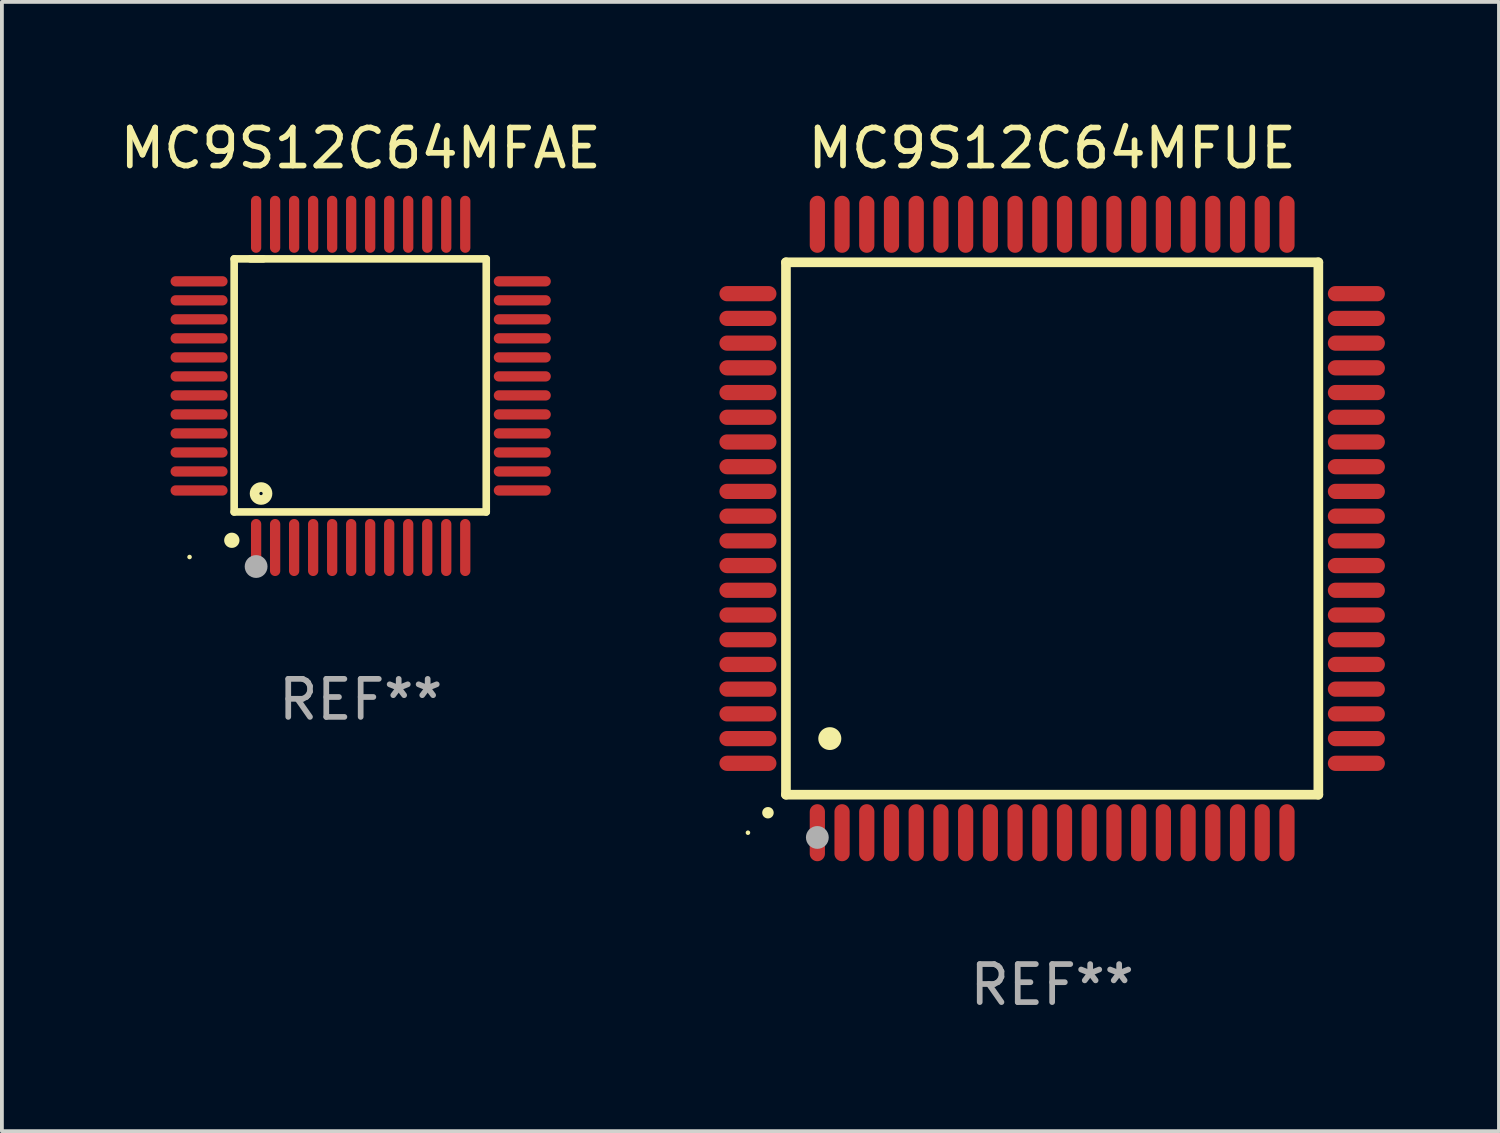
<source format=kicad_pcb>
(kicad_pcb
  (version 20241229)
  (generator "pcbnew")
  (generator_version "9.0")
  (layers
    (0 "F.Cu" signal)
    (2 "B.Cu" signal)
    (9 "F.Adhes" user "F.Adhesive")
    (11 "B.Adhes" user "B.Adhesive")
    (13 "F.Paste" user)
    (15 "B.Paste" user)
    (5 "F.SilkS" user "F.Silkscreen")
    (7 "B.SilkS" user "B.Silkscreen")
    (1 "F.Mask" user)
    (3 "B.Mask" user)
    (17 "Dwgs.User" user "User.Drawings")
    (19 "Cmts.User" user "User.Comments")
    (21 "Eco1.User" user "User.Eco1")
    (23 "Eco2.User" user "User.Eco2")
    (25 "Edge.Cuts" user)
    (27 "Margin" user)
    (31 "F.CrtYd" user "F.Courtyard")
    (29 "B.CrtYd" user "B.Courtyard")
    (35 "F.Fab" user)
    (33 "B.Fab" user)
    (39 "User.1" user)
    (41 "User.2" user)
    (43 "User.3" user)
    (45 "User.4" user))
  (footprint "MC9S12C64MFUE"
    (layer "F.Cu")
    (at 24.619 10.848)
    (property "Reference" "MC9S12C64MFUE" (at 0 -10 0) (layer "F.SilkS") (effects (font (size 1 1) (thickness 0.15))))
    (attr through_hole)
    (fp_line (start -7 -7) (end -7 7) (stroke (width 0.254) (type solid)) (layer "F.SilkS"))
    (fp_line (start -7 -7) (end 7 -7) (stroke (width 0.254) (type solid)) (layer "F.SilkS"))
    (fp_line (start -7 7) (end 7 7) (stroke (width 0.254) (type solid)) (layer "F.SilkS"))
    (fp_line (start 7 -7) (end 7 7) (stroke (width 0.254) (type solid)) (layer "F.SilkS"))
    (fp_arc (start -7.475006 7.475006) (mid -7.473736 7.475001) (end -7.472466 7.475006) (stroke (width 0.3) (type solid)) (layer "F.SilkS"))
    (fp_arc (start -5.850013 5.525019) (mid -5.847473 5.525008) (end -5.844933 5.525019) (stroke (width 0.6) (type solid)) (layer "F.SilkS"))
    (fp_circle (center -8 8) (end -7.97 8) (stroke (width 0.06) (type solid)) (fill no) (layer "F.SilkS"))
    (fp_circle (center -6.175 8.125) (end -6.025 8.125) (stroke (width 0.3) (type solid)) (fill no) (layer "F.Fab"))
    (fp_text user "REF**" (at 0 12 0) (layer "F.Fab") (effects (font (size 1 1) (thickness 0.15))))
    (pad "1" smd oval (at -6.175 8 180) (size 0.4 1.5) (layers "F.Cu" "F.Mask" "F.Paste"))
    (pad "2" smd oval (at -5.525 8 180) (size 0.4 1.5) (layers "F.Cu" "F.Mask" "F.Paste"))
    (pad "3" smd oval (at -4.875 8 180) (size 0.4 1.5) (layers "F.Cu" "F.Mask" "F.Paste"))
    (pad "4" smd oval (at -4.225 8 180) (size 0.4 1.5) (layers "F.Cu" "F.Mask" "F.Paste"))
    (pad "5" smd oval (at -3.575 8 180) (size 0.4 1.5) (layers "F.Cu" "F.Mask" "F.Paste"))
    (pad "6" smd oval (at -2.925 8 180) (size 0.4 1.5) (layers "F.Cu" "F.Mask" "F.Paste"))
    (pad "7" smd oval (at -2.275 8 180) (size 0.4 1.5) (layers "F.Cu" "F.Mask" "F.Paste"))
    (pad "8" smd oval (at -1.625 8 180) (size 0.4 1.5) (layers "F.Cu" "F.Mask" "F.Paste"))
    (pad "9" smd oval (at -0.975 8 180) (size 0.4 1.5) (layers "F.Cu" "F.Mask" "F.Paste"))
    (pad "10" smd oval (at -0.325 8 180) (size 0.4 1.5) (layers "F.Cu" "F.Mask" "F.Paste"))
    (pad "11" smd oval (at 0.325 8 180) (size 0.4 1.5) (layers "F.Cu" "F.Mask" "F.Paste"))
    (pad "12" smd oval (at 0.975 8 180) (size 0.4 1.5) (layers "F.Cu" "F.Mask" "F.Paste"))
    (pad "13" smd oval (at 1.625 8 180) (size 0.4 1.5) (layers "F.Cu" "F.Mask" "F.Paste"))
    (pad "14" smd oval (at 2.275 8 180) (size 0.4 1.5) (layers "F.Cu" "F.Mask" "F.Paste"))
    (pad "15" smd oval (at 2.925 8 180) (size 0.4 1.5) (layers "F.Cu" "F.Mask" "F.Paste"))
    (pad "16" smd oval (at 3.575 8 180) (size 0.4 1.5) (layers "F.Cu" "F.Mask" "F.Paste"))
    (pad "17" smd oval (at 4.225 8 180) (size 0.4 1.5) (layers "F.Cu" "F.Mask" "F.Paste"))
    (pad "18" smd oval (at 4.875 8 180) (size 0.4 1.5) (layers "F.Cu" "F.Mask" "F.Paste"))
    (pad "19" smd oval (at 5.525 8 180) (size 0.4 1.5) (layers "F.Cu" "F.Mask" "F.Paste"))
    (pad "20" smd oval (at 6.175 8) (size 0.4 1.5) (layers "F.Cu" "F.Mask" "F.Paste"))
    (pad "21" smd oval (at 8 6.175 270) (size 0.4 1.5) (layers "F.Cu" "F.Mask" "F.Paste"))
    (pad "22" smd oval (at 8 5.525 90) (size 0.4 1.5) (layers "F.Cu" "F.Mask" "F.Paste"))
    (pad "23" smd oval (at 8 4.875 90) (size 0.4 1.5) (layers "F.Cu" "F.Mask" "F.Paste"))
    (pad "24" smd oval (at 8 4.225 90) (size 0.4 1.5) (layers "F.Cu" "F.Mask" "F.Paste"))
    (pad "25" smd oval (at 8 3.575 90) (size 0.4 1.5) (layers "F.Cu" "F.Mask" "F.Paste"))
    (pad "26" smd oval (at 8 2.925 90) (size 0.4 1.5) (layers "F.Cu" "F.Mask" "F.Paste"))
    (pad "27" smd oval (at 8 2.275 90) (size 0.4 1.5) (layers "F.Cu" "F.Mask" "F.Paste"))
    (pad "28" smd oval (at 8 1.625 90) (size 0.4 1.5) (layers "F.Cu" "F.Mask" "F.Paste"))
    (pad "29" smd oval (at 8 0.975 90) (size 0.4 1.5) (layers "F.Cu" "F.Mask" "F.Paste"))
    (pad "30" smd oval (at 8 0.325 90) (size 0.4 1.5) (layers "F.Cu" "F.Mask" "F.Paste"))
    (pad "31" smd oval (at 8 -0.325 90) (size 0.4 1.5) (layers "F.Cu" "F.Mask" "F.Paste"))
    (pad "32" smd oval (at 8 -0.975 90) (size 0.4 1.5) (layers "F.Cu" "F.Mask" "F.Paste"))
    (pad "33" smd oval (at 8 -1.625 90) (size 0.4 1.5) (layers "F.Cu" "F.Mask" "F.Paste"))
    (pad "34" smd oval (at 8 -2.275 90) (size 0.4 1.5) (layers "F.Cu" "F.Mask" "F.Paste"))
    (pad "35" smd oval (at 8 -2.925 90) (size 0.4 1.5) (layers "F.Cu" "F.Mask" "F.Paste"))
    (pad "36" smd oval (at 8 -3.575 90) (size 0.4 1.5) (layers "F.Cu" "F.Mask" "F.Paste"))
    (pad "37" smd oval (at 8 -4.225 90) (size 0.4 1.5) (layers "F.Cu" "F.Mask" "F.Paste"))
    (pad "38" smd oval (at 8 -4.875 90) (size 0.4 1.5) (layers "F.Cu" "F.Mask" "F.Paste"))
    (pad "39" smd oval (at 8 -5.525 90) (size 0.4 1.5) (layers "F.Cu" "F.Mask" "F.Paste"))
    (pad "40" smd oval (at 8 -6.175 90) (size 0.4 1.5) (layers "F.Cu" "F.Mask" "F.Paste"))
    (pad "41" smd oval (at 6.175 -8) (size 0.4 1.5) (layers "F.Cu" "F.Mask" "F.Paste"))
    (pad "42" smd oval (at 5.525 -8 180) (size 0.4 1.5) (layers "F.Cu" "F.Mask" "F.Paste"))
    (pad "43" smd oval (at 4.875 -8 180) (size 0.4 1.5) (layers "F.Cu" "F.Mask" "F.Paste"))
    (pad "44" smd oval (at 4.225 -8 180) (size 0.4 1.5) (layers "F.Cu" "F.Mask" "F.Paste"))
    (pad "45" smd oval (at 3.575 -8 180) (size 0.4 1.5) (layers "F.Cu" "F.Mask" "F.Paste"))
    (pad "46" smd oval (at 2.925 -8 180) (size 0.4 1.5) (layers "F.Cu" "F.Mask" "F.Paste"))
    (pad "47" smd oval (at 2.275 -8 180) (size 0.4 1.5) (layers "F.Cu" "F.Mask" "F.Paste"))
    (pad "48" smd oval (at 1.625 -8 180) (size 0.4 1.5) (layers "F.Cu" "F.Mask" "F.Paste"))
    (pad "49" smd oval (at 0.975 -8 180) (size 0.4 1.5) (layers "F.Cu" "F.Mask" "F.Paste"))
    (pad "50" smd oval (at 0.325 -8 180) (size 0.4 1.5) (layers "F.Cu" "F.Mask" "F.Paste"))
    (pad "51" smd oval (at -0.325 -8 180) (size 0.4 1.5) (layers "F.Cu" "F.Mask" "F.Paste"))
    (pad "52" smd oval (at -0.975 -8 180) (size 0.4 1.5) (layers "F.Cu" "F.Mask" "F.Paste"))
    (pad "53" smd oval (at -1.625 -8 180) (size 0.4 1.5) (layers "F.Cu" "F.Mask" "F.Paste"))
    (pad "54" smd oval (at -2.275 -8 180) (size 0.4 1.5) (layers "F.Cu" "F.Mask" "F.Paste"))
    (pad "55" smd oval (at -2.925 -8 180) (size 0.4 1.5) (layers "F.Cu" "F.Mask" "F.Paste"))
    (pad "56" smd oval (at -3.575 -8 180) (size 0.4 1.5) (layers "F.Cu" "F.Mask" "F.Paste"))
    (pad "57" smd oval (at -4.225 -8 180) (size 0.4 1.5) (layers "F.Cu" "F.Mask" "F.Paste"))
    (pad "58" smd oval (at -4.875 -8 180) (size 0.4 1.5) (layers "F.Cu" "F.Mask" "F.Paste"))
    (pad "59" smd oval (at -5.525 -8 180) (size 0.4 1.5) (layers "F.Cu" "F.Mask" "F.Paste"))
    (pad "60" smd oval (at -6.175 -8 180) (size 0.4 1.5) (layers "F.Cu" "F.Mask" "F.Paste"))
    (pad "61" smd oval (at -8 -6.175 90) (size 0.4 1.5) (layers "F.Cu" "F.Mask" "F.Paste"))
    (pad "62" smd oval (at -8 -5.525 90) (size 0.4 1.5) (layers "F.Cu" "F.Mask" "F.Paste"))
    (pad "63" smd oval (at -8 -4.875 90) (size 0.4 1.5) (layers "F.Cu" "F.Mask" "F.Paste"))
    (pad "64" smd oval (at -8 -4.225 90) (size 0.4 1.5) (layers "F.Cu" "F.Mask" "F.Paste"))
    (pad "65" smd oval (at -8 -3.575 90) (size 0.4 1.5) (layers "F.Cu" "F.Mask" "F.Paste"))
    (pad "66" smd oval (at -8 -2.925 90) (size 0.4 1.5) (layers "F.Cu" "F.Mask" "F.Paste"))
    (pad "67" smd oval (at -8 -2.275 90) (size 0.4 1.5) (layers "F.Cu" "F.Mask" "F.Paste"))
    (pad "68" smd oval (at -8 -1.625 90) (size 0.4 1.5) (layers "F.Cu" "F.Mask" "F.Paste"))
    (pad "69" smd oval (at -8 -0.975 90) (size 0.4 1.5) (layers "F.Cu" "F.Mask" "F.Paste"))
    (pad "70" smd oval (at -8 -0.325 90) (size 0.4 1.5) (layers "F.Cu" "F.Mask" "F.Paste"))
    (pad "71" smd oval (at -8 0.325 90) (size 0.4 1.5) (layers "F.Cu" "F.Mask" "F.Paste"))
    (pad "72" smd oval (at -8 0.975 90) (size 0.4 1.5) (layers "F.Cu" "F.Mask" "F.Paste"))
    (pad "73" smd oval (at -8 1.625 90) (size 0.4 1.5) (layers "F.Cu" "F.Mask" "F.Paste"))
    (pad "74" smd oval (at -8 2.275 90) (size 0.4 1.5) (layers "F.Cu" "F.Mask" "F.Paste"))
    (pad "75" smd oval (at -8 2.925 90) (size 0.4 1.5) (layers "F.Cu" "F.Mask" "F.Paste"))
    (pad "76" smd oval (at -8 3.575 90) (size 0.4 1.5) (layers "F.Cu" "F.Mask" "F.Paste"))
    (pad "77" smd oval (at -8 4.225 90) (size 0.4 1.5) (layers "F.Cu" "F.Mask" "F.Paste"))
    (pad "78" smd oval (at -8 4.875 90) (size 0.4 1.5) (layers "F.Cu" "F.Mask" "F.Paste"))
    (pad "79" smd oval (at -8 5.525 90) (size 0.4 1.5) (layers "F.Cu" "F.Mask" "F.Paste"))
    (pad "80" smd oval (at -8 6.175 270) (size 0.4 1.5) (layers "F.Cu" "F.Mask" "F.Paste")))
  (footprint "MC9S12C64MFAE"
    (layer "F.Cu")
    (at 6.435 7.098)
    (property "Reference" "MC9S12C64MFAE" (at 0 -6.25 0) (layer "F.SilkS") (effects (font (size 1 1) (thickness 0.15))))
    (attr through_hole)
    (fp_line (start -3.327 -3.34) (end -2.565 -3.34) (stroke (width 0.2) (type solid)) (layer "F.SilkS"))
    (fp_line (start -3.327 3.315) (end -3.327 -3.34) (stroke (width 0.2) (type solid)) (layer "F.SilkS"))
    (fp_line (start -2.896 -3.34) (end 3.302 -3.34) (stroke (width 0.2) (type solid)) (layer "F.SilkS"))
    (fp_line (start 3.302 -3.34) (end 3.302 3.315) (stroke (width 0.2) (type solid)) (layer "F.SilkS"))
    (fp_line (start 3.302 3.315) (end -3.327 3.315) (stroke (width 0.2) (type solid)) (layer "F.SilkS"))
    (fp_arc (start -3.389992 4.059995) (mid -3.388722 4.059991) (end -3.387452 4.059995) (stroke (width 0.4) (type solid)) (layer "F.SilkS"))
    (fp_circle (center -4.5 4.5) (end -4.47 4.5) (stroke (width 0.06) (type solid)) (fill no) (layer "F.SilkS"))
    (fp_circle (center -2.62 2.83) (end -2.45 2.83) (stroke (width 0.254) (type solid)) (fill no) (layer "F.SilkS"))
    (fp_circle (center -2.75 4.75) (end -2.6 4.75) (stroke (width 0.3) (type solid)) (fill no) (layer "F.Fab"))
    (fp_text user "REF**" (at 0 8.25 0) (layer "F.Fab") (effects (font (size 1 1) (thickness 0.15))))
    (pad "1" smd oval (at -2.75 4.25) (size 0.27 1.5) (layers "F.Cu" "F.Mask" "F.Paste"))
    (pad "2" smd oval (at -2.25 4.25) (size 0.27 1.5) (layers "F.Cu" "F.Mask" "F.Paste"))
    (pad "3" smd oval (at -1.75 4.25) (size 0.27 1.5) (layers "F.Cu" "F.Mask" "F.Paste"))
    (pad "4" smd oval (at -1.25 4.25) (size 0.27 1.5) (layers "F.Cu" "F.Mask" "F.Paste"))
    (pad "5" smd oval (at -0.75 4.25) (size 0.27 1.5) (layers "F.Cu" "F.Mask" "F.Paste"))
    (pad "6" smd oval (at -0.25 4.25) (size 0.27 1.5) (layers "F.Cu" "F.Mask" "F.Paste"))
    (pad "7" smd oval (at 0.25 4.25) (size 0.27 1.5) (layers "F.Cu" "F.Mask" "F.Paste"))
    (pad "8" smd oval (at 0.75 4.25) (size 0.27 1.5) (layers "F.Cu" "F.Mask" "F.Paste"))
    (pad "9" smd oval (at 1.25 4.25) (size 0.27 1.5) (layers "F.Cu" "F.Mask" "F.Paste"))
    (pad "10" smd oval (at 1.75 4.25) (size 0.27 1.5) (layers "F.Cu" "F.Mask" "F.Paste"))
    (pad "11" smd oval (at 2.25 4.25) (size 0.27 1.5) (layers "F.Cu" "F.Mask" "F.Paste"))
    (pad "12" smd oval (at 2.75 4.25) (size 0.27 1.5) (layers "F.Cu" "F.Mask" "F.Paste"))
    (pad "13" smd oval (at 4.25 2.75) (size 1.5 0.27) (layers "F.Cu" "F.Mask" "F.Paste"))
    (pad "14" smd oval (at 4.25 2.25) (size 1.5 0.27) (layers "F.Cu" "F.Mask" "F.Paste"))
    (pad "15" smd oval (at 4.25 1.75) (size 1.5 0.27) (layers "F.Cu" "F.Mask" "F.Paste"))
    (pad "16" smd oval (at 4.25 1.25) (size 1.5 0.27) (layers "F.Cu" "F.Mask" "F.Paste"))
    (pad "17" smd oval (at 4.25 0.75) (size 1.5 0.27) (layers "F.Cu" "F.Mask" "F.Paste"))
    (pad "18" smd oval (at 4.25 0.25) (size 1.5 0.27) (layers "F.Cu" "F.Mask" "F.Paste"))
    (pad "19" smd oval (at 4.25 -0.25) (size 1.5 0.27) (layers "F.Cu" "F.Mask" "F.Paste"))
    (pad "20" smd oval (at 4.25 -0.75) (size 1.5 0.27) (layers "F.Cu" "F.Mask" "F.Paste"))
    (pad "21" smd oval (at 4.25 -1.25) (size 1.5 0.27) (layers "F.Cu" "F.Mask" "F.Paste"))
    (pad "22" smd oval (at 4.25 -1.75) (size 1.5 0.27) (layers "F.Cu" "F.Mask" "F.Paste"))
    (pad "23" smd oval (at 4.25 -2.25) (size 1.5 0.27) (layers "F.Cu" "F.Mask" "F.Paste"))
    (pad "24" smd oval (at 4.25 -2.75) (size 1.5 0.27) (layers "F.Cu" "F.Mask" "F.Paste"))
    (pad "25" smd oval (at 2.75 -4.25) (size 0.27 1.5) (layers "F.Cu" "F.Mask" "F.Paste"))
    (pad "26" smd oval (at 2.25 -4.25) (size 0.27 1.5) (layers "F.Cu" "F.Mask" "F.Paste"))
    (pad "27" smd oval (at 1.75 -4.25) (size 0.27 1.5) (layers "F.Cu" "F.Mask" "F.Paste"))
    (pad "28" smd oval (at 1.25 -4.25) (size 0.27 1.5) (layers "F.Cu" "F.Mask" "F.Paste"))
    (pad "29" smd oval (at 0.75 -4.25) (size 0.27 1.5) (layers "F.Cu" "F.Mask" "F.Paste"))
    (pad "30" smd oval (at 0.25 -4.25) (size 0.27 1.5) (layers "F.Cu" "F.Mask" "F.Paste"))
    (pad "31" smd oval (at -0.25 -4.25) (size 0.27 1.5) (layers "F.Cu" "F.Mask" "F.Paste"))
    (pad "32" smd oval (at -0.75 -4.25) (size 0.27 1.5) (layers "F.Cu" "F.Mask" "F.Paste"))
    (pad "33" smd oval (at -1.25 -4.25) (size 0.27 1.5) (layers "F.Cu" "F.Mask" "F.Paste"))
    (pad "34" smd oval (at -1.75 -4.25) (size 0.27 1.5) (layers "F.Cu" "F.Mask" "F.Paste"))
    (pad "35" smd oval (at -2.25 -4.25) (size 0.27 1.5) (layers "F.Cu" "F.Mask" "F.Paste"))
    (pad "36" smd oval (at -2.75 -4.25) (size 0.27 1.5) (layers "F.Cu" "F.Mask" "F.Paste"))
    (pad "37" smd oval (at -4.25 -2.75) (size 1.5 0.27) (layers "F.Cu" "F.Mask" "F.Paste"))
    (pad "38" smd oval (at -4.25 -2.25) (size 1.5 0.27) (layers "F.Cu" "F.Mask" "F.Paste"))
    (pad "39" smd oval (at -4.25 -1.75) (size 1.5 0.27) (layers "F.Cu" "F.Mask" "F.Paste"))
    (pad "40" smd oval (at -4.25 -1.25) (size 1.5 0.27) (layers "F.Cu" "F.Mask" "F.Paste"))
    (pad "41" smd oval (at -4.25 -0.75) (size 1.5 0.27) (layers "F.Cu" "F.Mask" "F.Paste"))
    (pad "42" smd oval (at -4.25 -0.25) (size 1.5 0.27) (layers "F.Cu" "F.Mask" "F.Paste"))
    (pad "43" smd oval (at -4.25 0.25) (size 1.5 0.27) (layers "F.Cu" "F.Mask" "F.Paste"))
    (pad "44" smd oval (at -4.25 0.75) (size 1.5 0.27) (layers "F.Cu" "F.Mask" "F.Paste"))
    (pad "45" smd oval (at -4.25 1.25) (size 1.5 0.27) (layers "F.Cu" "F.Mask" "F.Paste"))
    (pad "46" smd oval (at -4.25 1.75) (size 1.5 0.27) (layers "F.Cu" "F.Mask" "F.Paste"))
    (pad "47" smd oval (at -4.25 2.25) (size 1.5 0.27) (layers "F.Cu" "F.Mask" "F.Paste"))
    (pad "48" smd oval (at -4.25 2.75) (size 1.5 0.27) (layers "F.Cu" "F.Mask" "F.Paste")))
  (gr_rect
    (start -3 -3)
    (end 36.369 26.697)
    (stroke (width 0.1) (type default))
    (fill no)
    (layer "Edge.Cuts")))
</source>
